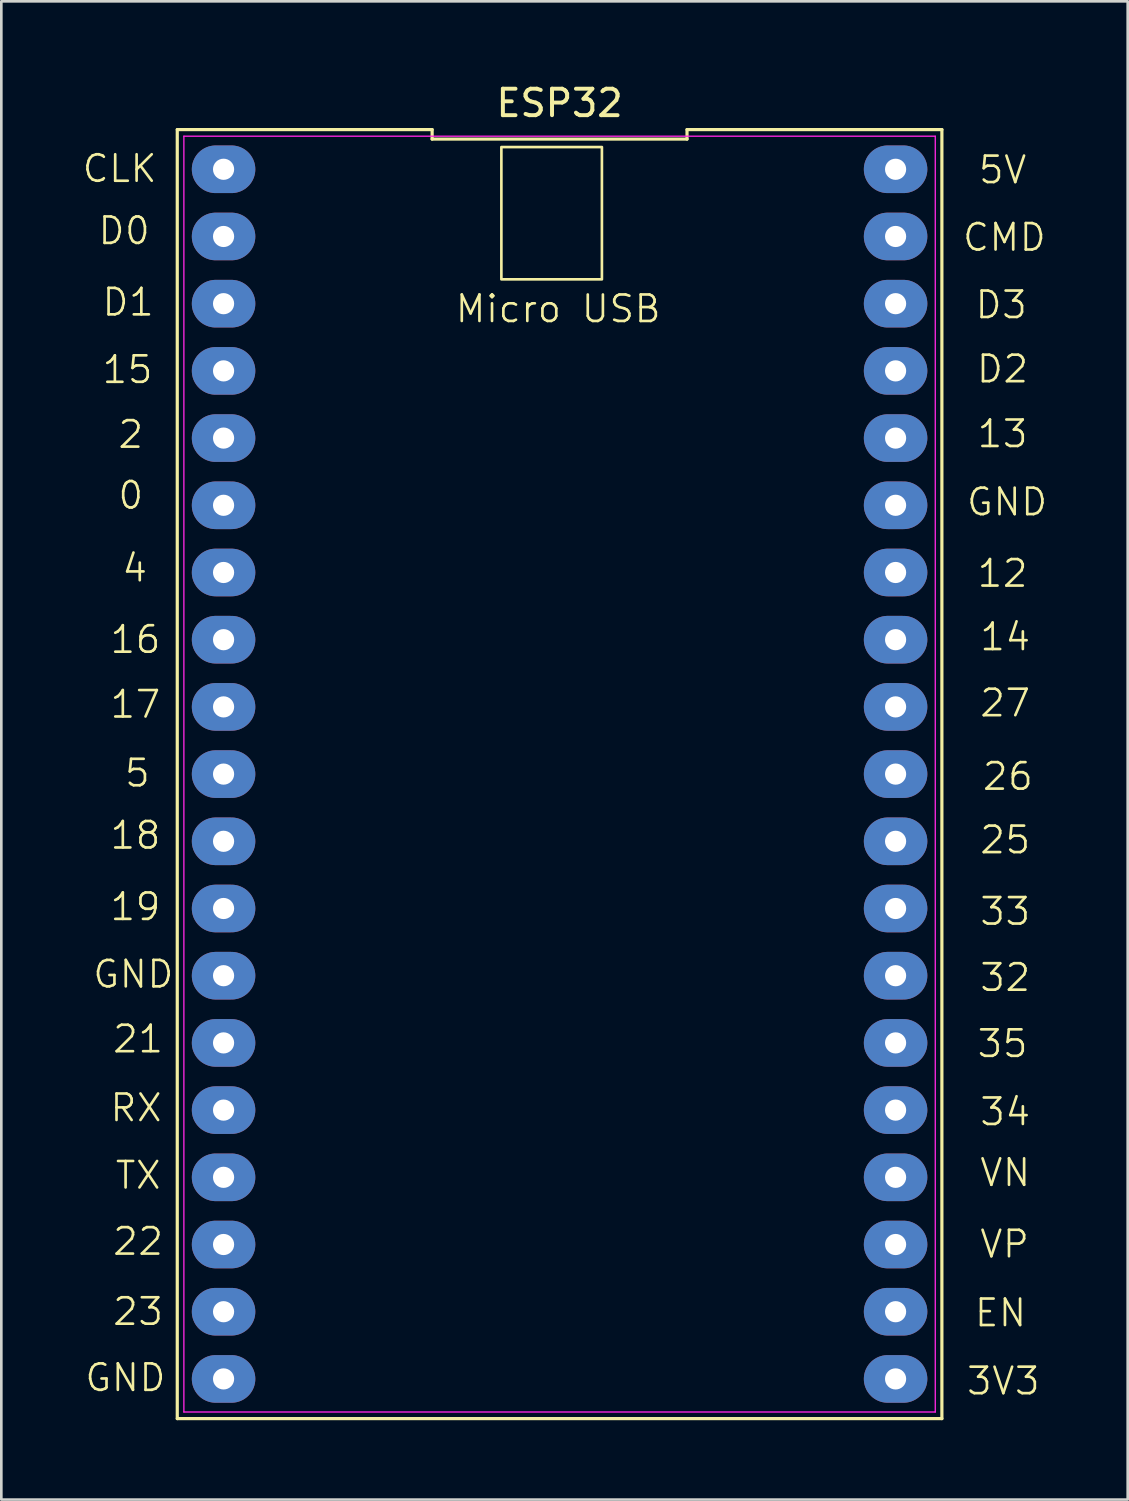
<source format=kicad_pcb>
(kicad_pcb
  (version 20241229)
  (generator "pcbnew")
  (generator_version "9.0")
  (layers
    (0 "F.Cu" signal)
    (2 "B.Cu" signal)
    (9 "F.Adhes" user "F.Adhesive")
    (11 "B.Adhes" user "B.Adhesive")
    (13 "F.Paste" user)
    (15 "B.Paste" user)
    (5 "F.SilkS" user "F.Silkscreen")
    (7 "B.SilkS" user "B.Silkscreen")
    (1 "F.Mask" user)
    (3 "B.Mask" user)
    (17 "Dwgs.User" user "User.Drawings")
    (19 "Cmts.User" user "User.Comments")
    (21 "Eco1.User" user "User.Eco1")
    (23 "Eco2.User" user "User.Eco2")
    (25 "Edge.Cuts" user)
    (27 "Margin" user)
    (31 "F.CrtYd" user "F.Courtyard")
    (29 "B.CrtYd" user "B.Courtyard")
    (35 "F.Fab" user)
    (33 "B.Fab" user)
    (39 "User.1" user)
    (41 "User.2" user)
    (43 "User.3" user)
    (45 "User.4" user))
  (footprint "ESP32"
    (layer "F.Cu")
    (at 19.1 25.208)
    (property "Reference" "ESP32" (at -1 -24.36 0) (unlocked yes) (layer "F.SilkS") (effects (font (size 1 1) (thickness 0.15))))
    (attr through_hole)
    (fp_line (start -15.45 25.36) (end 13.45 25.36) (stroke (width 0.12) (type default)) (layer "F.SilkS"))
    (fp_line (start -15.45 -23.36) (end -15.45 25.36) (stroke (width 0.12) (type default)) (layer "F.SilkS"))
    (fp_line (start -5.817 -23.36) (end -15.45 -23.36) (stroke (width 0.12) (type default)) (layer "F.SilkS"))
    (fp_line (start -5.817 -23) (end -5.817 -23.36) (stroke (width 0.12) (type default)) (layer "F.SilkS"))
    (fp_line (start 3.817 -23.36) (end 3.817 -23) (stroke (width 0.12) (type default)) (layer "F.SilkS"))
    (fp_line (start 3.817 -23) (end -5.817 -23) (stroke (width 0.12) (type default)) (layer "F.SilkS"))
    (fp_line (start 13.45 25.36) (end 13.45 -23.36) (stroke (width 0.12) (type default)) (layer "F.SilkS"))
    (fp_line (start 13.45 -23.36) (end 3.817 -23.36) (stroke (width 0.12) (type default)) (layer "F.SilkS"))
    (fp_rect (start -3.2 -22.7) (end 0.6 -17.7) (stroke (width 0.1) (type default)) (fill no) (layer "F.SilkS"))
    (fp_line (start -15.2 -23.11) (end 13.2 -23.11) (stroke (width 0.05) (type default)) (layer "F.CrtYd"))
    (fp_line (start -15.2 25.11) (end -15.2 -23.11) (stroke (width 0.05) (type default)) (layer "F.CrtYd"))
    (fp_line (start 13.2 -23.11) (end 13.2 25.11) (stroke (width 0.05) (type default)) (layer "F.CrtYd"))
    (fp_line (start 13.2 25.11) (end -15.2 25.11) (stroke (width 0.05) (type default)) (layer "F.CrtYd"))
    (fp_text user "D1" (at -18.35 -16.25 0) (unlocked yes) (layer "F.SilkS") (effects (font (size 1 1) (thickness 0.1)) (justify left bottom)))
    (fp_text user "EN" (at 14.625 21.95 0) (unlocked yes) (layer "F.SilkS") (effects (font (size 1 1) (thickness 0.1)) (justify left bottom)))
    (fp_text user "RX" (at -18.05 14.2 0) (unlocked yes) (layer "F.SilkS") (effects (font (size 1 1) (thickness 0.1)) (justify left bottom)))
    (fp_text user "16" (at -18.05 -3.5 0) (unlocked yes) (layer "F.SilkS") (effects (font (size 1 1) (thickness 0.1)) (justify left bottom)))
    (fp_text user "25" (at 14.825 4.075 0) (unlocked yes) (layer "F.SilkS") (effects (font (size 1 1) (thickness 0.1)) (justify left bottom)))
    (fp_text user "D3" (at 14.65 -16.15 0) (unlocked yes) (layer "F.SilkS") (effects (font (size 1 1) (thickness 0.1)) (justify left bottom)))
    (fp_text user "D0" (at -18.5 -18.95 0) (unlocked yes) (layer "F.SilkS") (effects (font (size 1 1) (thickness 0.1)) (justify left bottom)))
    (fp_text user "4" (at -17.6 -6.2 0) (unlocked yes) (layer "F.SilkS") (effects (font (size 1 1) (thickness 0.1)) (justify left bottom)))
    (fp_text user "TX" (at -17.85 16.75 0) (unlocked yes) (layer "F.SilkS") (effects (font (size 1 1) (thickness 0.1)) (justify left bottom)))
    (fp_text user "14" (at 14.825 -3.6 0) (unlocked yes) (layer "F.SilkS") (effects (font (size 1 1) (thickness 0.1)) (justify left bottom)))
    (fp_text user "18" (at -18.05 3.9 0) (unlocked yes) (layer "F.SilkS") (effects (font (size 1 1) (thickness 0.1)) (justify left bottom)))
    (fp_text user "GND" (at -18.7 9.15 0) (unlocked yes) (layer "F.SilkS") (effects (font (size 1 1) (thickness 0.1)) (justify left bottom)))
    (fp_text user "Micro USB" (at -5 -16 0) (unlocked yes) (layer "F.SilkS") (effects (font (size 1 1) (thickness 0.1)) (justify left bottom)))
    (fp_text user "0" (at -17.75 -8.95 0) (unlocked yes) (layer "F.SilkS") (effects (font (size 1 1) (thickness 0.1)) (justify left bottom)))
    (fp_text user "35" (at 14.725 11.775 0) (unlocked yes) (layer "F.SilkS") (effects (font (size 1 1) (thickness 0.1)) (justify left bottom)))
    (fp_text user "17" (at -18.05 -1.05 0) (unlocked yes) (layer "F.SilkS") (effects (font (size 1 1) (thickness 0.1)) (justify left bottom)))
    (fp_text user "27" (at 14.825 -1.1 0) (unlocked yes) (layer "F.SilkS") (effects (font (size 1 1) (thickness 0.1)) (justify left bottom)))
    (fp_text user "13" (at 14.725 -11.275 0) (unlocked yes) (layer "F.SilkS") (effects (font (size 1 1) (thickness 0.1)) (justify left bottom)))
    (fp_text user "VN" (at 14.825 16.65 0) (unlocked yes) (layer "F.SilkS") (effects (font (size 1 1) (thickness 0.1)) (justify left bottom)))
    (fp_text user "21" (at -17.95 11.6 0) (unlocked yes) (layer "F.SilkS") (effects (font (size 1 1) (thickness 0.1)) (justify left bottom)))
    (fp_text user "34" (at 14.825 14.35 0) (unlocked yes) (layer "F.SilkS") (effects (font (size 1 1) (thickness 0.1)) (justify left bottom)))
    (fp_text user "32" (at 14.825 9.275 0) (unlocked yes) (layer "F.SilkS") (effects (font (size 1 1) (thickness 0.1)) (justify left bottom)))
    (fp_text user "D2" (at 14.7 -13.725 0) (unlocked yes) (layer "F.SilkS") (effects (font (size 1 1) (thickness 0.1)) (justify left bottom)))
    (fp_text user "33" (at 14.825 6.775 0) (unlocked yes) (layer "F.SilkS") (effects (font (size 1 1) (thickness 0.1)) (justify left bottom)))
    (fp_text user "GND" (at 14.325 -8.7 0) (unlocked yes) (layer "F.SilkS") (effects (font (size 1 1) (thickness 0.1)) (justify left bottom)))
    (fp_text user "5" (at -17.5 1.55 0) (unlocked yes) (layer "F.SilkS") (effects (font (size 1 1) (thickness 0.1)) (justify left bottom)))
    (fp_text user "VP" (at 14.825 19.35 0) (unlocked yes) (layer "F.SilkS") (effects (font (size 1 1) (thickness 0.1)) (justify left bottom)))
    (fp_text user "23" (at -17.95 21.9 0) (unlocked yes) (layer "F.SilkS") (effects (font (size 1 1) (thickness 0.1)) (justify left bottom)))
    (fp_text user "CMD" (at 14.175 -18.7 0) (unlocked yes) (layer "F.SilkS") (effects (font (size 1 1) (thickness 0.1)) (justify left bottom)))
    (fp_text user "3V3" (at 14.325 24.525 0) (unlocked yes) (layer "F.SilkS") (effects (font (size 1 1) (thickness 0.1)) (justify left bottom)))
    (fp_text user "2" (at -17.75 -11.25 0) (unlocked yes) (layer "F.SilkS") (effects (font (size 1 1) (thickness 0.1)) (justify left bottom)))
    (fp_text user "12" (at 14.725 -6 0) (unlocked yes) (layer "F.SilkS") (effects (font (size 1 1) (thickness 0.1)) (justify left bottom)))
    (fp_text user "22" (at -17.95 19.25 0) (unlocked yes) (layer "F.SilkS") (effects (font (size 1 1) (thickness 0.1)) (justify left bottom)))
    (fp_text user "CLK" (at -19.1 -21.3 0) (unlocked yes) (layer "F.SilkS") (effects (font (size 1 1) (thickness 0.1)) (justify left bottom)))
    (fp_text user "19" (at -18.05 6.6 0) (unlocked yes) (layer "F.SilkS") (effects (font (size 1 1) (thickness 0.1)) (justify left bottom)))
    (fp_text user "15" (at -18.35 -13.7 0) (unlocked yes) (layer "F.SilkS") (effects (font (size 1 1) (thickness 0.1)) (justify left bottom)))
    (fp_text user "GND" (at -19 24.4 0) (unlocked yes) (layer "F.SilkS") (effects (font (size 1 1) (thickness 0.1)) (justify left bottom)))
    (fp_text user "5V" (at 14.775 -21.25 0) (unlocked yes) (layer "F.SilkS") (effects (font (size 1 1) (thickness 0.1)) (justify left bottom)))
    (fp_text user "26" (at 14.925 1.675 0) (unlocked yes) (layer "F.SilkS") (effects (font (size 1 1) (thickness 0.1)) (justify left bottom)))
    (pad "1" thru_hole oval (at -13.7 -21.86 270) (size 1.8 2.4) (drill 0.8) (layers "*.Cu" "*.Mask"))
    (pad "2" thru_hole oval (at -13.7 -19.32 270) (size 1.8 2.4) (drill 0.8) (layers "*.Cu" "*.Mask"))
    (pad "3" thru_hole oval (at -13.7 -16.78 270) (size 1.8 2.4) (drill 0.8) (layers "*.Cu" "*.Mask"))
    (pad "4" thru_hole oval (at -13.7 -14.24 270) (size 1.8 2.4) (drill 0.8) (layers "*.Cu" "*.Mask"))
    (pad "5" thru_hole oval (at -13.7 -11.7 270) (size 1.8 2.4) (drill 0.8) (layers "*.Cu" "*.Mask"))
    (pad "6" thru_hole oval (at -13.7 -9.16 270) (size 1.8 2.4) (drill 0.8) (layers "*.Cu" "*.Mask"))
    (pad "7" thru_hole oval (at -13.7 -6.62 270) (size 1.8 2.4) (drill 0.8) (layers "*.Cu" "*.Mask"))
    (pad "8" thru_hole oval (at -13.7 -4.08 270) (size 1.8 2.4) (drill 0.8) (layers "*.Cu" "*.Mask"))
    (pad "9" thru_hole oval (at -13.7 -1.54 270) (size 1.8 2.4) (drill 0.8) (layers "*.Cu" "*.Mask"))
    (pad "10" thru_hole oval (at -13.7 1 270) (size 1.8 2.4) (drill 0.8) (layers "*.Cu" "*.Mask"))
    (pad "11" thru_hole oval (at -13.7 3.54 270) (size 1.8 2.4) (drill 0.8) (layers "*.Cu" "*.Mask"))
    (pad "12" thru_hole oval (at -13.7 6.08 270) (size 1.8 2.4) (drill 0.8) (layers "*.Cu" "*.Mask"))
    (pad "13" thru_hole oval (at -13.7 8.62 270) (size 1.8 2.4) (drill 0.8) (layers "*.Cu" "*.Mask"))
    (pad "14" thru_hole oval (at -13.7 11.16 270) (size 1.8 2.4) (drill 0.8) (layers "*.Cu" "*.Mask"))
    (pad "15" thru_hole oval (at -13.7 13.7 270) (size 1.8 2.4) (drill 0.8) (layers "*.Cu" "*.Mask"))
    (pad "16" thru_hole oval (at -13.7 16.24 270) (size 1.8 2.4) (drill 0.8) (layers "*.Cu" "*.Mask"))
    (pad "17" thru_hole oval (at -13.7 18.78 270) (size 1.8 2.4) (drill 0.8) (layers "*.Cu" "*.Mask"))
    (pad "18" thru_hole oval (at -13.7 21.32 270) (size 1.8 2.4) (drill 0.8) (layers "*.Cu" "*.Mask"))
    (pad "19" thru_hole oval (at -13.7 23.86 270) (size 1.8 2.4) (drill 0.8) (layers "*.Cu" "*.Mask"))
    (pad "20" thru_hole oval (at 11.7 23.86 270) (size 1.8 2.4) (drill 0.8) (layers "*.Cu" "*.Mask"))
    (pad "21" thru_hole oval (at 11.7 21.32 270) (size 1.8 2.4) (drill 0.8) (layers "*.Cu" "*.Mask"))
    (pad "22" thru_hole oval (at 11.7 18.78 270) (size 1.8 2.4) (drill 0.8) (layers "*.Cu" "*.Mask"))
    (pad "23" thru_hole oval (at 11.7 16.24 270) (size 1.8 2.4) (drill 0.8) (layers "*.Cu" "*.Mask"))
    (pad "24" thru_hole oval (at 11.7 13.7 270) (size 1.8 2.4) (drill 0.8) (layers "*.Cu" "*.Mask"))
    (pad "25" thru_hole oval (at 11.7 11.16 270) (size 1.8 2.4) (drill 0.8) (layers "*.Cu" "*.Mask"))
    (pad "26" thru_hole oval (at 11.7 8.62 270) (size 1.8 2.4) (drill 0.8) (layers "*.Cu" "*.Mask"))
    (pad "27" thru_hole oval (at 11.7 6.08 270) (size 1.8 2.4) (drill 0.8) (layers "*.Cu" "*.Mask"))
    (pad "28" thru_hole oval (at 11.7 3.54 270) (size 1.8 2.4) (drill 0.8) (layers "*.Cu" "*.Mask"))
    (pad "29" thru_hole oval (at 11.7 1 270) (size 1.8 2.4) (drill 0.8) (layers "*.Cu" "*.Mask"))
    (pad "30" thru_hole oval (at 11.7 -1.54 270) (size 1.8 2.4) (drill 0.8) (layers "*.Cu" "*.Mask"))
    (pad "31" thru_hole oval (at 11.7 -4.08 270) (size 1.8 2.4) (drill 0.8) (layers "*.Cu" "*.Mask"))
    (pad "32" thru_hole oval (at 11.7 -6.62 270) (size 1.8 2.4) (drill 0.8) (layers "*.Cu" "*.Mask"))
    (pad "33" thru_hole oval (at 11.7 -9.16 270) (size 1.8 2.4) (drill 0.8) (layers "*.Cu" "*.Mask"))
    (pad "34" thru_hole oval (at 11.7 -11.7 270) (size 1.8 2.4) (drill 0.8) (layers "*.Cu" "*.Mask"))
    (pad "35" thru_hole oval (at 11.7 -14.24 270) (size 1.8 2.4) (drill 0.8) (layers "*.Cu" "*.Mask"))
    (pad "36" thru_hole oval (at 11.7 -16.78 270) (size 1.8 2.4) (drill 0.8) (layers "*.Cu" "*.Mask"))
    (pad "37" thru_hole oval (at 11.7 -19.32 270) (size 1.8 2.4) (drill 0.8) (layers "*.Cu" "*.Mask"))
    (pad "38" thru_hole oval (at 11.7 -21.86 270) (size 1.8 2.4) (drill 0.8) (layers "*.Cu" "*.Mask")))
  (gr_rect
    (start -3 -3)
    (end 39.573 53.628)
    (stroke (width 0.1) (type default))
    (fill no)
    (layer "Edge.Cuts")))
</source>
